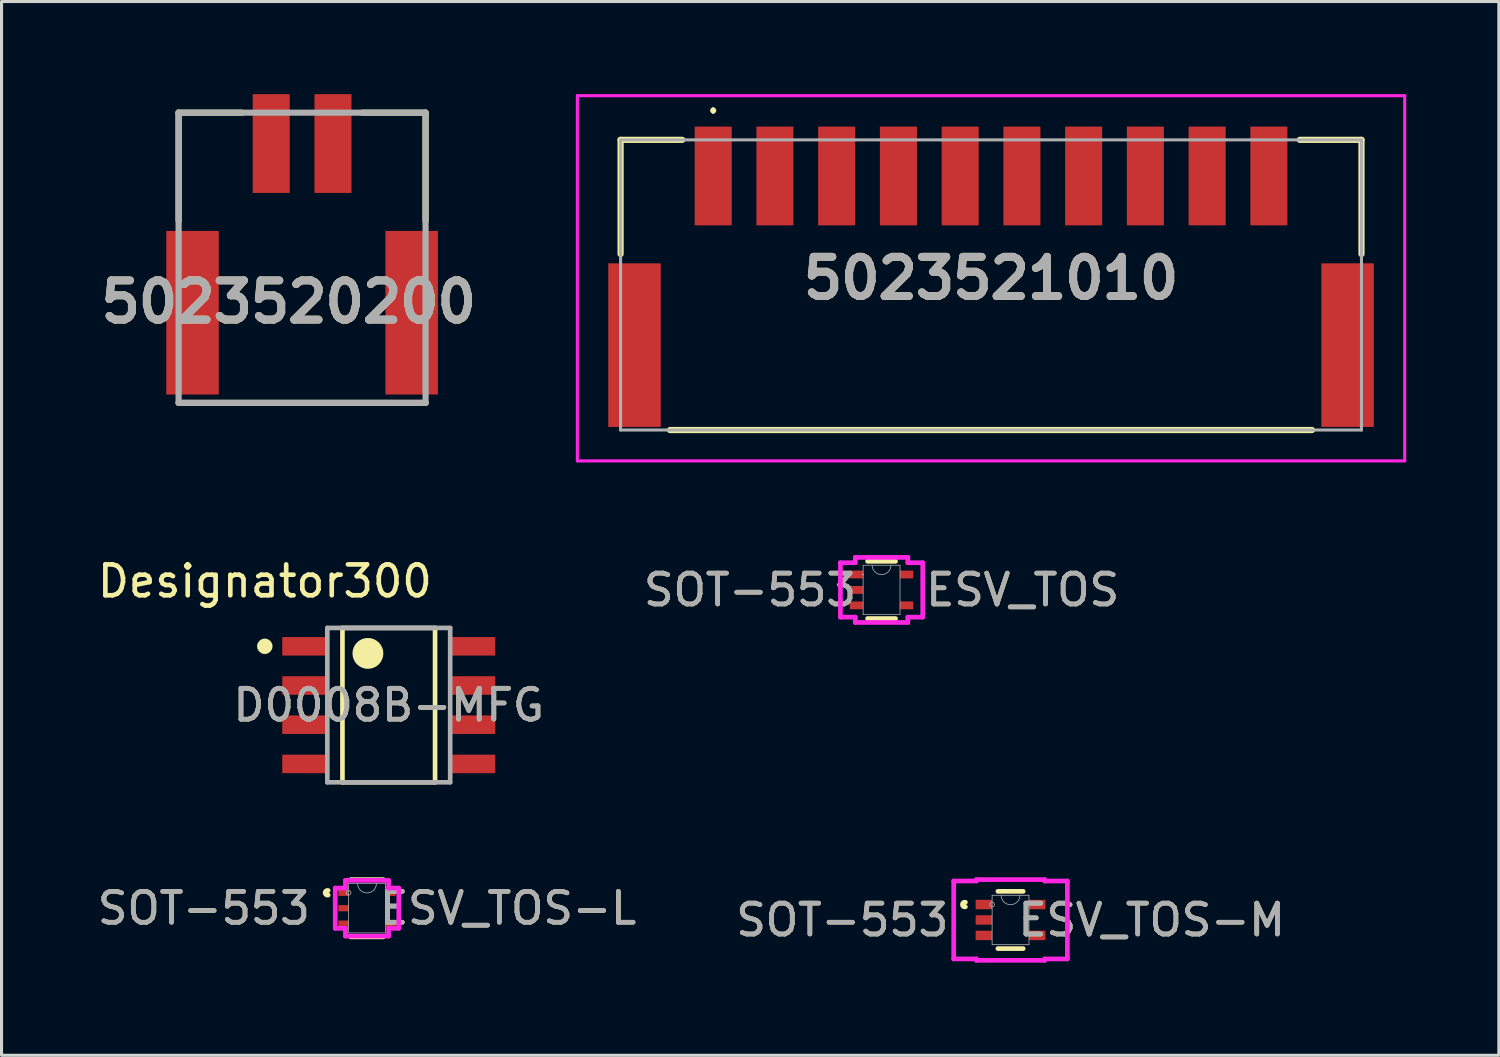
<source format=kicad_pcb>
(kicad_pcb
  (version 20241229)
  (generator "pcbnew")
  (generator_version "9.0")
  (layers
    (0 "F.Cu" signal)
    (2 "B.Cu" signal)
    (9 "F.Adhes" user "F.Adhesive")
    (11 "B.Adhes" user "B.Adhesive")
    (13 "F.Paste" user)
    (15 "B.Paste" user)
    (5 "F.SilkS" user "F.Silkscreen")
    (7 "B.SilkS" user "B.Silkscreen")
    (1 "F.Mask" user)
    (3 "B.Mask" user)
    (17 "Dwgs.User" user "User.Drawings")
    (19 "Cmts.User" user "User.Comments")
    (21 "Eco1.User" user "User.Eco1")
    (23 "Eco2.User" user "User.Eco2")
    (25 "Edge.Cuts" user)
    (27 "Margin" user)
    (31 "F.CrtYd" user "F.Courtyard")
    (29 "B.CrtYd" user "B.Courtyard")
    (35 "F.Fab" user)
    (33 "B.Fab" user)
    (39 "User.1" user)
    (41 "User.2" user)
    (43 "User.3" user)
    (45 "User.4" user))
  (footprint "SOT-553   ESV_TOS-M"
    (layer "F.Cu")
    (at 29.685 26.751)
    (property "Reference" "SOT-553   ESV_TOS-M" (at 0 0 0) (unlocked yes) (layer "F.SilkS") (effects (font (size 1 1) (thickness 0.15))))
    (attr smd)
    (fp_line (start -0.409 0.927) (end 0.409 0.927) (stroke (width 0.152) (type solid)) (layer "F.SilkS"))
    (fp_line (start 0.409 -0.927) (end -0.409 -0.927) (stroke (width 0.152) (type solid)) (layer "F.SilkS"))
    (fp_arc (start -1.46304 -0.426171) (mid -1.5581 -0.5) (end -1.46304 -0.573829) (stroke (width 0.1524) (type solid)) (layer "F.SilkS"))
    (fp_line (start -1.841 -1.262) (end -1.105 -1.262) (stroke (width 0.152) (type solid)) (layer "F.CrtYd"))
    (fp_line (start -1.841 1.262) (end -1.841 -1.262) (stroke (width 0.152) (type solid)) (layer "F.CrtYd"))
    (fp_line (start -1.105 -1.308) (end 1.105 -1.308) (stroke (width 0.152) (type solid)) (layer "F.CrtYd"))
    (fp_line (start -1.105 -1.262) (end -1.105 -1.308) (stroke (width 0.152) (type solid)) (layer "F.CrtYd"))
    (fp_line (start -1.105 1.262) (end -1.841 1.262) (stroke (width 0.152) (type solid)) (layer "F.CrtYd"))
    (fp_line (start -1.105 1.308) (end -1.105 1.262) (stroke (width 0.152) (type solid)) (layer "F.CrtYd"))
    (fp_line (start 1.105 -1.308) (end 1.105 -1.262) (stroke (width 0.152) (type solid)) (layer "F.CrtYd"))
    (fp_line (start 1.105 -1.262) (end 1.841 -1.262) (stroke (width 0.152) (type solid)) (layer "F.CrtYd"))
    (fp_line (start 1.105 1.262) (end 1.105 1.308) (stroke (width 0.152) (type solid)) (layer "F.CrtYd"))
    (fp_line (start 1.105 1.308) (end -1.105 1.308) (stroke (width 0.152) (type solid)) (layer "F.CrtYd"))
    (fp_line (start 1.841 -1.262) (end 1.841 1.262) (stroke (width 0.152) (type solid)) (layer "F.CrtYd"))
    (fp_line (start 1.841 1.262) (end 1.105 1.262) (stroke (width 0.152) (type solid)) (layer "F.CrtYd"))
    (fp_line (start -0.597 -0.8) (end -0.597 0.8) (stroke (width 0.025) (type solid)) (layer "F.Fab"))
    (fp_line (start -0.597 0.8) (end 0.597 0.8) (stroke (width 0.025) (type solid)) (layer "F.Fab"))
    (fp_line (start 0.597 -0.8) (end -0.597 -0.8) (stroke (width 0.025) (type solid)) (layer "F.Fab"))
    (fp_line (start 0.597 0.8) (end 0.597 -0.8) (stroke (width 0.025) (type solid)) (layer "F.Fab"))
    (fp_arc (start 0.3048 -0.8001) (mid 0 -0.4953) (end -0.3048 -0.8001) (stroke (width 0.0254) (type solid)) (layer "F.Fab"))
    (fp_circle (center -0.597 -0.5) (end -0.521 -0.5) (stroke (width 0.025) (type solid)) (fill no) (layer "F.Fab"))
    (fp_text user "${REFERENCE}" (at 0 0 0) (unlocked yes) (layer "F.Fab") (effects (font (size 1 1) (thickness 0.15))))
    (pad "1" smd rect (at -0.864 -0.5) (size 0.533 0.305) (layers "F.Cu" "F.Mask" "F.Paste"))
    (pad "2" smd rect (at -0.864 0) (size 0.533 0.305) (layers "F.Cu" "F.Mask" "F.Paste"))
    (pad "3" smd rect (at -0.864 0.5) (size 0.533 0.305) (layers "F.Cu" "F.Mask" "F.Paste"))
    (pad "4" smd rect (at 0.864 0.5) (size 0.533 0.305) (layers "F.Cu" "F.Mask" "F.Paste"))
    (pad "5" smd rect (at 0.864 -0.5) (size 0.533 0.305) (layers "F.Cu" "F.Mask" "F.Paste")))
  (footprint "D0008B-MFG"
    (layer "F.Cu")
    (at 9.543 19.791)
    (property "Reference" "D0008B-MFG" (at 0 0 0) (unlocked yes) (layer "F.SilkS") (effects (font (size 1 1) (thickness 0.15))))
    (attr smd)
    (fp_line (start -1.5 -2.5) (end 1.5 -2.5) (stroke (width 0.15) (type solid)) (layer "F.SilkS"))
    (fp_line (start -1.5 2.5) (end -1.5 -2.5) (stroke (width 0.15) (type solid)) (layer "F.SilkS"))
    (fp_line (start -1.5 2.5) (end 1.5 2.5) (stroke (width 0.15) (type solid)) (layer "F.SilkS"))
    (fp_line (start 1.5 2.5) (end 1.5 -2.5) (stroke (width 0.15) (type solid)) (layer "F.SilkS"))
    (fp_circle (center -4.015 -1.905) (end -3.89 -1.905) (stroke (width 0.25) (type solid)) (fill no) (layer "F.SilkS"))
    (fp_circle (center -0.675 -1.675) (end -0.425 -1.675) (stroke (width 0.5) (type solid)) (fill no) (layer "F.SilkS"))
    (fp_line (start -1.99 -2.5) (end 1.99 -2.5) (stroke (width 0.15) (type solid)) (layer "F.Fab"))
    (fp_line (start -1.99 2.5) (end -1.99 -2.5) (stroke (width 0.15) (type solid)) (layer "F.Fab"))
    (fp_line (start -1.99 2.5) (end 1.99 2.5) (stroke (width 0.15) (type solid)) (layer "F.Fab"))
    (fp_line (start 1.99 2.5) (end 1.99 -2.5) (stroke (width 0.15) (type solid)) (layer "F.Fab"))
    (fp_text user "Designator300" (at -4.013 -4.013 0) (unlocked yes) (layer "F.SilkS") (effects (font (size 1 1) (thickness 0.15))))
    (fp_text user "${REFERENCE}" (at 0 0 0) (unlocked yes) (layer "F.Fab") (effects (font (size 1 1) (thickness 0.15))))
    (pad "1" smd rect (at -2.75 -1.905) (size 1.4 0.6) (layers "F.Cu" "F.Mask" "F.Paste"))
    (pad "2" smd rect (at -2.75 -0.635) (size 1.4 0.6) (layers "F.Cu" "F.Mask" "F.Paste"))
    (pad "3" smd rect (at -2.75 0.635) (size 1.4 0.6) (layers "F.Cu" "F.Mask" "F.Paste"))
    (pad "4" smd rect (at -2.75 1.905) (size 1.4 0.6) (layers "F.Cu" "F.Mask" "F.Paste"))
    (pad "5" smd rect (at 2.75 1.905) (size 1.4 0.6) (layers "F.Cu" "F.Mask" "F.Paste"))
    (pad "6" smd rect (at 2.75 0.635) (size 1.4 0.6) (layers "F.Cu" "F.Mask" "F.Paste"))
    (pad "7" smd rect (at 2.75 -0.635) (size 1.4 0.6) (layers "F.Cu" "F.Mask" "F.Paste"))
    (pad "8" smd rect (at 2.75 -1.905) (size 1.4 0.6) (layers "F.Cu" "F.Mask" "F.Paste")))
  (footprint "5023520200"
    (layer "F.Cu")
    (at 6.736 0.6)
    (property "Reference" "5023520200" (at -0.434 6.129 0) (layer "F.SilkS") (effects (font (size 1.27 1.27) (thickness 0.254))))
    (attr smd)
    (fp_line (start -4 0) (end -4 3.5) (stroke (width 0.2) (type solid)) (layer "F.SilkS"))
    (fp_line (start -4 0) (end -1.95 0) (stroke (width 0.2) (type solid)) (layer "F.SilkS"))
    (fp_line (start -4 9.4) (end 4 9.4) (stroke (width 0.2) (type solid)) (layer "F.SilkS"))
    (fp_line (start 4 0) (end 1.95 0) (stroke (width 0.2) (type solid)) (layer "F.SilkS"))
    (fp_line (start 4 0) (end 4 3.5) (stroke (width 0.2) (type solid)) (layer "F.SilkS"))
    (fp_line (start -4 0) (end 4 0) (stroke (width 0.2) (type solid)) (layer "F.Fab"))
    (fp_line (start -4 9.4) (end -4 0) (stroke (width 0.2) (type solid)) (layer "F.Fab"))
    (fp_line (start 4 0) (end 4 9.4) (stroke (width 0.2) (type solid)) (layer "F.Fab"))
    (fp_line (start 4 9.4) (end -4 9.4) (stroke (width 0.2) (type solid)) (layer "F.Fab"))
    (fp_text user "${REFERENCE}" (at -0.434 6.129 0) (layer "F.Fab") (effects (font (size 1.27 1.27) (thickness 0.254))))
    (pad "1" smd rect (at -1 1) (size 1.2 3.2) (layers "F.Cu" "F.Mask" "F.Paste"))
    (pad "2" smd rect (at 1 1) (size 1.2 3.2) (layers "F.Cu" "F.Mask" "F.Paste"))
    (pad "3" smd rect (at -3.55 6.48) (size 1.7 5.3) (layers "F.Cu" "F.Mask" "F.Paste"))
    (pad "4" smd rect (at 3.55 6.48) (size 1.7 5.3) (layers "F.Cu" "F.Mask" "F.Paste")))
  (footprint "5023521010"
    (layer "F.Cu")
    (at 29.053 6.18)
    (property "Reference" "5023521010" (at 0 -0.215 0) (layer "F.SilkS") (effects (font (size 1.27 1.27) (thickness 0.254))))
    (attr smd)
    (fp_line (start -12 -4.7) (end -12 -1) (stroke (width 0.2) (type solid)) (layer "F.SilkS"))
    (fp_line (start -10.4 4.7) (end 10.4 4.7) (stroke (width 0.2) (type solid)) (layer "F.SilkS"))
    (fp_line (start -10 -4.7) (end -12 -4.7) (stroke (width 0.2) (type solid)) (layer "F.SilkS"))
    (fp_line (start -9 -5.7) (end -9 -5.7) (stroke (width 0.1) (type solid)) (layer "F.SilkS"))
    (fp_line (start -9 -5.6) (end -9 -5.6) (stroke (width 0.1) (type solid)) (layer "F.SilkS"))
    (fp_line (start 10 -4.7) (end 12 -4.7) (stroke (width 0.2) (type solid)) (layer "F.SilkS"))
    (fp_line (start 12 -4.7) (end 12 -1) (stroke (width 0.2) (type solid)) (layer "F.SilkS"))
    (fp_arc (start -9 -5.7) (mid -8.95 -5.65) (end -9 -5.6) (stroke (width 0.1) (type solid)) (layer "F.SilkS"))
    (fp_arc (start -9 -5.6) (mid -9.05 -5.65) (end -9 -5.7) (stroke (width 0.1) (type solid)) (layer "F.SilkS"))
    (fp_line (start -13.4 -6.13) (end 13.4 -6.13) (stroke (width 0.1) (type solid)) (layer "F.CrtYd"))
    (fp_line (start -13.4 5.7) (end -13.4 -6.13) (stroke (width 0.1) (type solid)) (layer "F.CrtYd"))
    (fp_line (start 13.4 -6.13) (end 13.4 5.7) (stroke (width 0.1) (type solid)) (layer "F.CrtYd"))
    (fp_line (start 13.4 5.7) (end -13.4 5.7) (stroke (width 0.1) (type solid)) (layer "F.CrtYd"))
    (fp_line (start -12 -4.7) (end -12 4.7) (stroke (width 0.1) (type solid)) (layer "F.Fab"))
    (fp_line (start -12 4.7) (end 12 4.7) (stroke (width 0.1) (type solid)) (layer "F.Fab"))
    (fp_line (start 12 -4.7) (end -12 -4.7) (stroke (width 0.1) (type solid)) (layer "F.Fab"))
    (fp_line (start 12 4.7) (end 12 -4.7) (stroke (width 0.1) (type solid)) (layer "F.Fab"))
    (fp_text user "${REFERENCE}" (at 0 -0.215 0) (layer "F.Fab") (effects (font (size 1.27 1.27) (thickness 0.254))))
    (pad "1" smd rect (at -9 -3.53) (size 1.2 3.2) (layers "F.Cu" "F.Mask" "F.Paste"))
    (pad "2" smd rect (at -7 -3.53) (size 1.2 3.2) (layers "F.Cu" "F.Mask" "F.Paste"))
    (pad "3" smd rect (at -5 -3.53) (size 1.2 3.2) (layers "F.Cu" "F.Mask" "F.Paste"))
    (pad "4" smd rect (at -3 -3.53) (size 1.2 3.2) (layers "F.Cu" "F.Mask" "F.Paste"))
    (pad "5" smd rect (at -1 -3.53) (size 1.2 3.2) (layers "F.Cu" "F.Mask" "F.Paste"))
    (pad "6" smd rect (at 1 -3.53) (size 1.2 3.2) (layers "F.Cu" "F.Mask" "F.Paste"))
    (pad "7" smd rect (at 3 -3.53) (size 1.2 3.2) (layers "F.Cu" "F.Mask" "F.Paste"))
    (pad "8" smd rect (at 5 -3.53) (size 1.2 3.2) (layers "F.Cu" "F.Mask" "F.Paste"))
    (pad "9" smd rect (at 7 -3.53) (size 1.2 3.2) (layers "F.Cu" "F.Mask" "F.Paste"))
    (pad "10" smd rect (at 9 -3.53) (size 1.2 3.2) (layers "F.Cu" "F.Mask" "F.Paste"))
    (pad "MP1" smd rect (at -11.55 1.95) (size 1.7 5.3) (layers "F.Cu" "F.Mask" "F.Paste"))
    (pad "MP2" smd rect (at 11.55 1.95) (size 1.7 5.3) (layers "F.Cu" "F.Mask" "F.Paste")))
  (footprint "SOT-553   ESV_TOS-L"
    (layer "F.Cu")
    (at 8.839 26.37)
    (property "Reference" "SOT-553   ESV_TOS-L" (at 0 0 0) (unlocked yes) (layer "F.SilkS") (effects (font (size 1 1) (thickness 0.15))))
    (attr smd)
    (fp_line (start -0.528 0.927) (end 0.528 0.927) (stroke (width 0.152) (type solid)) (layer "F.SilkS"))
    (fp_line (start 0.528 -0.927) (end -0.528 -0.927) (stroke (width 0.152) (type solid)) (layer "F.SilkS"))
    (fp_arc (start -1.25984 -0.426171) (mid -1.3549 -0.5) (end -1.25984 -0.573829) (stroke (width 0.1524) (type solid)) (layer "F.SilkS"))
    (fp_line (start -1.029 -0.652) (end -0.699 -0.652) (stroke (width 0.152) (type solid)) (layer "F.CrtYd"))
    (fp_line (start -1.029 0.652) (end -1.029 -0.652) (stroke (width 0.152) (type solid)) (layer "F.CrtYd"))
    (fp_line (start -0.699 -0.902) (end 0.699 -0.902) (stroke (width 0.152) (type solid)) (layer "F.CrtYd"))
    (fp_line (start -0.699 -0.652) (end -0.699 -0.902) (stroke (width 0.152) (type solid)) (layer "F.CrtYd"))
    (fp_line (start -0.699 0.652) (end -1.029 0.652) (stroke (width 0.152) (type solid)) (layer "F.CrtYd"))
    (fp_line (start -0.699 0.902) (end -0.699 0.652) (stroke (width 0.152) (type solid)) (layer "F.CrtYd"))
    (fp_line (start 0.699 -0.902) (end 0.699 -0.652) (stroke (width 0.152) (type solid)) (layer "F.CrtYd"))
    (fp_line (start 0.699 -0.652) (end 1.029 -0.652) (stroke (width 0.152) (type solid)) (layer "F.CrtYd"))
    (fp_line (start 0.699 0.652) (end 0.699 0.902) (stroke (width 0.152) (type solid)) (layer "F.CrtYd"))
    (fp_line (start 0.699 0.902) (end -0.699 0.902) (stroke (width 0.152) (type solid)) (layer "F.CrtYd"))
    (fp_line (start 1.029 -0.652) (end 1.029 0.652) (stroke (width 0.152) (type solid)) (layer "F.CrtYd"))
    (fp_line (start 1.029 0.652) (end 0.699 0.652) (stroke (width 0.152) (type solid)) (layer "F.CrtYd"))
    (fp_line (start -0.597 -0.8) (end -0.597 0.8) (stroke (width 0.025) (type solid)) (layer "F.Fab"))
    (fp_line (start -0.597 0.8) (end 0.597 0.8) (stroke (width 0.025) (type solid)) (layer "F.Fab"))
    (fp_line (start 0.597 -0.8) (end -0.597 -0.8) (stroke (width 0.025) (type solid)) (layer "F.Fab"))
    (fp_line (start 0.597 0.8) (end 0.597 -0.8) (stroke (width 0.025) (type solid)) (layer "F.Fab"))
    (fp_arc (start 0.3048 -0.8001) (mid 0 -0.4953) (end -0.3048 -0.8001) (stroke (width 0.0254) (type solid)) (layer "F.Fab"))
    (fp_circle (center -0.597 -0.5) (end -0.521 -0.5) (stroke (width 0.025) (type solid)) (fill no) (layer "F.Fab"))
    (fp_text user "${REFERENCE}" (at 0 0 0) (unlocked yes) (layer "F.Fab") (effects (font (size 1 1) (thickness 0.15))))
    (pad "1" smd rect (at -0.762 -0.5) (size 0.33 0.203) (layers "F.Cu" "F.Mask" "F.Paste"))
    (pad "2" smd rect (at -0.762 0) (size 0.33 0.203) (layers "F.Cu" "F.Mask" "F.Paste"))
    (pad "3" smd rect (at -0.762 0.5) (size 0.33 0.203) (layers "F.Cu" "F.Mask" "F.Paste"))
    (pad "4" smd rect (at 0.762 0.5) (size 0.33 0.203) (layers "F.Cu" "F.Mask" "F.Paste"))
    (pad "5" smd rect (at 0.762 -0.5) (size 0.33 0.203) (layers "F.Cu" "F.Mask" "F.Paste")))
  (footprint "SOT-553   ESV_TOS"
    (layer "F.Cu")
    (at 25.507 16.06)
    (property "Reference" "SOT-553   ESV_TOS" (at 0 0 0) (unlocked yes) (layer "F.SilkS") (effects (font (size 1 1) (thickness 0.15))))
    (attr smd)
    (fp_line (start -0.453 0.927) (end 0.453 0.927) (stroke (width 0.152) (type solid)) (layer "F.SilkS"))
    (fp_line (start 0.453 -0.927) (end -0.453 -0.927) (stroke (width 0.152) (type solid)) (layer "F.SilkS"))
    (fp_line (start -1.333 -0.881) (end -0.851 -0.881) (stroke (width 0.152) (type solid)) (layer "F.CrtYd"))
    (fp_line (start -1.333 0.881) (end -1.333 -0.881) (stroke (width 0.152) (type solid)) (layer "F.CrtYd"))
    (fp_line (start -0.851 -1.054) (end 0.851 -1.054) (stroke (width 0.152) (type solid)) (layer "F.CrtYd"))
    (fp_line (start -0.851 -0.881) (end -0.851 -1.054) (stroke (width 0.152) (type solid)) (layer "F.CrtYd"))
    (fp_line (start -0.851 0.881) (end -1.333 0.881) (stroke (width 0.152) (type solid)) (layer "F.CrtYd"))
    (fp_line (start -0.851 1.054) (end -0.851 0.881) (stroke (width 0.152) (type solid)) (layer "F.CrtYd"))
    (fp_line (start 0.851 -1.054) (end 0.851 -0.881) (stroke (width 0.152) (type solid)) (layer "F.CrtYd"))
    (fp_line (start 0.851 -0.881) (end 1.333 -0.881) (stroke (width 0.152) (type solid)) (layer "F.CrtYd"))
    (fp_line (start 0.851 0.881) (end 0.851 1.054) (stroke (width 0.152) (type solid)) (layer "F.CrtYd"))
    (fp_line (start 0.851 1.054) (end -0.851 1.054) (stroke (width 0.152) (type solid)) (layer "F.CrtYd"))
    (fp_line (start 1.333 -0.881) (end 1.333 0.881) (stroke (width 0.152) (type solid)) (layer "F.CrtYd"))
    (fp_line (start 1.333 0.881) (end 0.851 0.881) (stroke (width 0.152) (type solid)) (layer "F.CrtYd"))
    (fp_line (start -0.597 -0.8) (end -0.597 0.8) (stroke (width 0.025) (type solid)) (layer "F.Fab"))
    (fp_line (start -0.597 0.8) (end 0.597 0.8) (stroke (width 0.025) (type solid)) (layer "F.Fab"))
    (fp_line (start 0.597 -0.8) (end -0.597 -0.8) (stroke (width 0.025) (type solid)) (layer "F.Fab"))
    (fp_line (start 0.597 0.8) (end 0.597 -0.8) (stroke (width 0.025) (type solid)) (layer "F.Fab"))
    (fp_arc (start 0.3048 -0.8001) (mid 0 -0.4953) (end -0.3048 -0.8001) (stroke (width 0.0254) (type solid)) (layer "F.Fab"))
    (fp_circle (center -0.597 -0.5) (end -0.597 -0.5) (stroke (width 0.025) (type solid)) (fill no) (layer "F.Fab"))
    (fp_text user "${REFERENCE}" (at 0 0 0) (unlocked yes) (layer "F.Fab") (effects (font (size 1 1) (thickness 0.15))))
    (pad "1" smd rect (at -0.813 -0.5) (size 0.432 0.254) (layers "F.Cu" "F.Mask" "F.Paste"))
    (pad "2" smd rect (at -0.813 0) (size 0.432 0.254) (layers "F.Cu" "F.Mask" "F.Paste"))
    (pad "3" smd rect (at -0.813 0.5) (size 0.432 0.254) (layers "F.Cu" "F.Mask" "F.Paste"))
    (pad "4" smd rect (at 0.813 0.5) (size 0.432 0.254) (layers "F.Cu" "F.Mask" "F.Paste"))
    (pad "5" smd rect (at 0.813 -0.5) (size 0.432 0.254) (layers "F.Cu" "F.Mask" "F.Paste")))
  (gr_rect
    (start -3 -3)
    (end 45.503 31.135)
    (stroke (width 0.1) (type default))
    (fill no)
    (layer "Edge.Cuts")))
</source>
